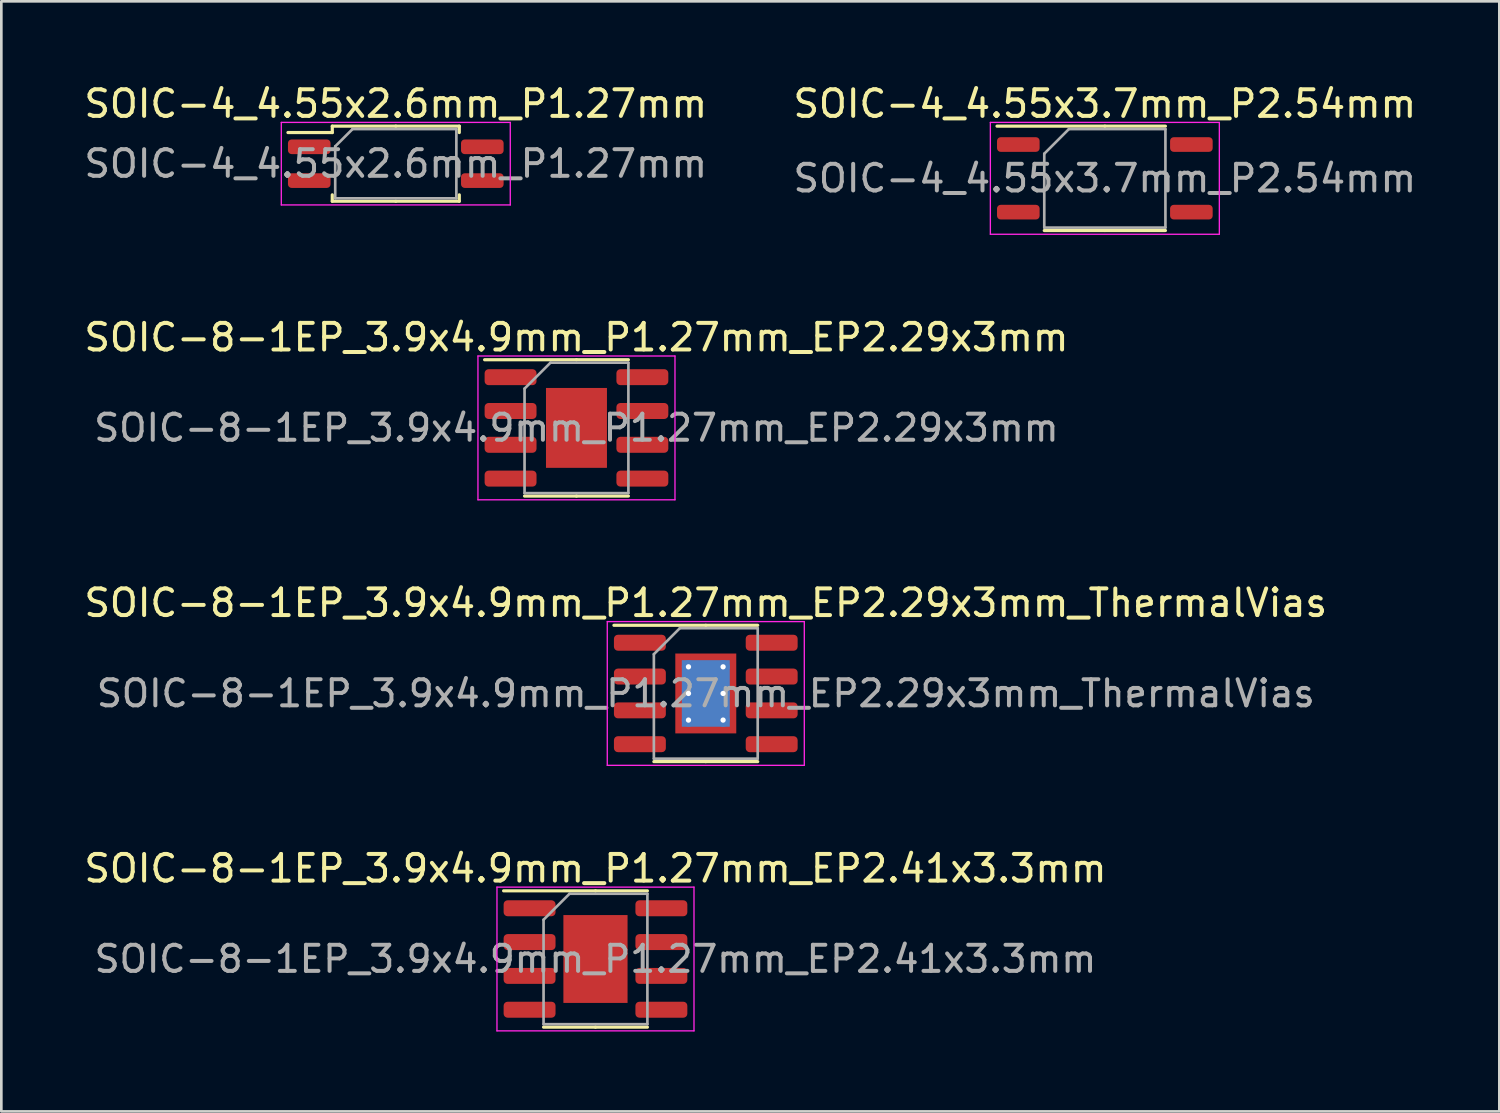
<source format=kicad_pcb>
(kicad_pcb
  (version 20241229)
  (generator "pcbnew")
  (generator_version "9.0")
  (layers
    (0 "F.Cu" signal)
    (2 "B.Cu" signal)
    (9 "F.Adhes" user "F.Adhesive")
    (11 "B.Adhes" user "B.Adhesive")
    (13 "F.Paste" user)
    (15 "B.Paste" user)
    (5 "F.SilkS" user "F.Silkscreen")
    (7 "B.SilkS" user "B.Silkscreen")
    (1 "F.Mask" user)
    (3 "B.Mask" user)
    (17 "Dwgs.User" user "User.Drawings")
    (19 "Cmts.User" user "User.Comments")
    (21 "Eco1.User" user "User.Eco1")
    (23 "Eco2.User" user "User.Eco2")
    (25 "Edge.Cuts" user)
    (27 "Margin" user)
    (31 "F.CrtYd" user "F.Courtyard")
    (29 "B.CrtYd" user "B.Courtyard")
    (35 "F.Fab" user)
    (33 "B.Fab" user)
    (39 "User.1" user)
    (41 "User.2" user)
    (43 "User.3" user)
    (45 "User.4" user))
  (footprint "SOIC-8-1EP_3.9x4.9mm_P1.27mm_EP2.41x3.3mm"
    (layer "F.Cu")
    (at 19.315 32.968)
    (property "Reference" "SOIC-8-1EP_3.9x4.9mm_P1.27mm_EP2.41x3.3mm" (at 0 -3.4 0) (layer "F.SilkS") (effects (font (size 1 1) (thickness 0.15))))
    (attr smd)
    (fp_line (start 0 -2.56) (end -3.45 -2.56) (stroke (width 0.12) (type solid)) (layer "F.SilkS"))
    (fp_line (start 0 -2.56) (end 1.95 -2.56) (stroke (width 0.12) (type solid)) (layer "F.SilkS"))
    (fp_line (start 0 2.56) (end -1.95 2.56) (stroke (width 0.12) (type solid)) (layer "F.SilkS"))
    (fp_line (start 0 2.56) (end 1.95 2.56) (stroke (width 0.12) (type solid)) (layer "F.SilkS"))
    (fp_line (start -3.7 -2.7) (end -3.7 2.7) (stroke (width 0.05) (type solid)) (layer "F.CrtYd"))
    (fp_line (start -3.7 2.7) (end 3.7 2.7) (stroke (width 0.05) (type solid)) (layer "F.CrtYd"))
    (fp_line (start 3.7 -2.7) (end -3.7 -2.7) (stroke (width 0.05) (type solid)) (layer "F.CrtYd"))
    (fp_line (start 3.7 2.7) (end 3.7 -2.7) (stroke (width 0.05) (type solid)) (layer "F.CrtYd"))
    (fp_line (start -1.95 -1.475) (end -0.975 -2.45) (stroke (width 0.1) (type solid)) (layer "F.Fab"))
    (fp_line (start -1.95 2.45) (end -1.95 -1.475) (stroke (width 0.1) (type solid)) (layer "F.Fab"))
    (fp_line (start -0.975 -2.45) (end 1.95 -2.45) (stroke (width 0.1) (type solid)) (layer "F.Fab"))
    (fp_line (start 1.95 -2.45) (end 1.95 2.45) (stroke (width 0.1) (type solid)) (layer "F.Fab"))
    (fp_line (start 1.95 2.45) (end -1.95 2.45) (stroke (width 0.1) (type solid)) (layer "F.Fab"))
    (fp_text user "${REFERENCE}" (at 0 0 0) (layer "F.Fab") (effects (font (size 0.98 0.98) (thickness 0.15))))
    (pad "" smd roundrect (at -0.6 -0.825) (size 0.97 1.33) (layers "F.Paste") (roundrect_rratio 0.25))
    (pad "" smd roundrect (at -0.6 0.825) (size 0.97 1.33) (layers "F.Paste") (roundrect_rratio 0.25))
    (pad "" smd roundrect (at 0.6 -0.825) (size 0.97 1.33) (layers "F.Paste") (roundrect_rratio 0.25))
    (pad "" smd roundrect (at 0.6 0.825) (size 0.97 1.33) (layers "F.Paste") (roundrect_rratio 0.25))
    (pad "1" smd roundrect (at -2.475 -1.905) (size 1.95 0.6) (layers "F.Cu" "F.Mask" "F.Paste") (roundrect_rratio 0.25))
    (pad "2" smd roundrect (at -2.475 -0.635) (size 1.95 0.6) (layers "F.Cu" "F.Mask" "F.Paste") (roundrect_rratio 0.25))
    (pad "3" smd roundrect (at -2.475 0.635) (size 1.95 0.6) (layers "F.Cu" "F.Mask" "F.Paste") (roundrect_rratio 0.25))
    (pad "4" smd roundrect (at -2.475 1.905) (size 1.95 0.6) (layers "F.Cu" "F.Mask" "F.Paste") (roundrect_rratio 0.25))
    (pad "5" smd roundrect (at 2.475 1.905) (size 1.95 0.6) (layers "F.Cu" "F.Mask" "F.Paste") (roundrect_rratio 0.25))
    (pad "6" smd roundrect (at 2.475 0.635) (size 1.95 0.6) (layers "F.Cu" "F.Mask" "F.Paste") (roundrect_rratio 0.25))
    (pad "7" smd roundrect (at 2.475 -0.635) (size 1.95 0.6) (layers "F.Cu" "F.Mask" "F.Paste") (roundrect_rratio 0.25))
    (pad "8" smd roundrect (at 2.475 -1.905) (size 1.95 0.6) (layers "F.Cu" "F.Mask" "F.Paste") (roundrect_rratio 0.25))
    (pad "9" smd rect (at 0 0) (size 2.41 3.3) (layers "F.Cu" "F.Mask")))
  (footprint "SOIC-8-1EP_3.9x4.9mm_P1.27mm_EP2.29x3mm_ThermalVias"
    (layer "F.Cu")
    (at 23.458 22.995)
    (property "Reference" "SOIC-8-1EP_3.9x4.9mm_P1.27mm_EP2.29x3mm_ThermalVias" (at 0 -3.4 0) (layer "F.SilkS") (effects (font (size 1 1) (thickness 0.15))))
    (attr smd)
    (fp_line (start 0 -2.56) (end -3.45 -2.56) (stroke (width 0.12) (type solid)) (layer "F.SilkS"))
    (fp_line (start 0 -2.56) (end 1.95 -2.56) (stroke (width 0.12) (type solid)) (layer "F.SilkS"))
    (fp_line (start 0 2.56) (end -1.95 2.56) (stroke (width 0.12) (type solid)) (layer "F.SilkS"))
    (fp_line (start 0 2.56) (end 1.95 2.56) (stroke (width 0.12) (type solid)) (layer "F.SilkS"))
    (fp_line (start -3.7 -2.7) (end -3.7 2.7) (stroke (width 0.05) (type solid)) (layer "F.CrtYd"))
    (fp_line (start -3.7 2.7) (end 3.7 2.7) (stroke (width 0.05) (type solid)) (layer "F.CrtYd"))
    (fp_line (start 3.7 -2.7) (end -3.7 -2.7) (stroke (width 0.05) (type solid)) (layer "F.CrtYd"))
    (fp_line (start 3.7 2.7) (end 3.7 -2.7) (stroke (width 0.05) (type solid)) (layer "F.CrtYd"))
    (fp_line (start -1.95 -1.475) (end -0.975 -2.45) (stroke (width 0.1) (type solid)) (layer "F.Fab"))
    (fp_line (start -1.95 2.45) (end -1.95 -1.475) (stroke (width 0.1) (type solid)) (layer "F.Fab"))
    (fp_line (start -0.975 -2.45) (end 1.95 -2.45) (stroke (width 0.1) (type solid)) (layer "F.Fab"))
    (fp_line (start 1.95 -2.45) (end 1.95 2.45) (stroke (width 0.1) (type solid)) (layer "F.Fab"))
    (fp_line (start 1.95 2.45) (end -1.95 2.45) (stroke (width 0.1) (type solid)) (layer "F.Fab"))
    (fp_text user "${REFERENCE}" (at 0 0 0) (layer "F.Fab") (effects (font (size 0.98 0.98) (thickness 0.15))))
    (pad "" smd roundrect (at -0.57 -0.75) (size 0.96 1.25) (layers "F.Paste") (roundrect_rratio 0.25))
    (pad "" smd roundrect (at -0.57 0.75) (size 0.96 1.25) (layers "F.Paste") (roundrect_rratio 0.25))
    (pad "" smd roundrect (at 0.57 -0.75) (size 0.96 1.25) (layers "F.Paste") (roundrect_rratio 0.25))
    (pad "" smd roundrect (at 0.57 0.75) (size 0.96 1.25) (layers "F.Paste") (roundrect_rratio 0.25))
    (pad "1" smd roundrect (at -2.475 -1.905) (size 1.95 0.6) (layers "F.Cu" "F.Mask" "F.Paste") (roundrect_rratio 0.25))
    (pad "2" smd roundrect (at -2.475 -0.635) (size 1.95 0.6) (layers "F.Cu" "F.Mask" "F.Paste") (roundrect_rratio 0.25))
    (pad "3" smd roundrect (at -2.475 0.635) (size 1.95 0.6) (layers "F.Cu" "F.Mask" "F.Paste") (roundrect_rratio 0.25))
    (pad "4" smd roundrect (at -2.475 1.905) (size 1.95 0.6) (layers "F.Cu" "F.Mask" "F.Paste") (roundrect_rratio 0.25))
    (pad "5" smd roundrect (at 2.475 1.905) (size 1.95 0.6) (layers "F.Cu" "F.Mask" "F.Paste") (roundrect_rratio 0.25))
    (pad "6" smd roundrect (at 2.475 0.635) (size 1.95 0.6) (layers "F.Cu" "F.Mask" "F.Paste") (roundrect_rratio 0.25))
    (pad "7" smd roundrect (at 2.475 -0.635) (size 1.95 0.6) (layers "F.Cu" "F.Mask" "F.Paste") (roundrect_rratio 0.25))
    (pad "8" smd roundrect (at 2.475 -1.905) (size 1.95 0.6) (layers "F.Cu" "F.Mask" "F.Paste") (roundrect_rratio 0.25))
    (pad "9" thru_hole circle (at -0.65 -1) (size 0.5 0.5) (drill 0.2) (layers "*.Cu"))
    (pad "9" thru_hole circle (at -0.65 0) (size 0.5 0.5) (drill 0.2) (layers "*.Cu"))
    (pad "9" thru_hole circle (at -0.65 1) (size 0.5 0.5) (drill 0.2) (layers "*.Cu"))
    (pad "9" smd rect (at 0 0) (size 1.8 2.5) (layers "B.Cu"))
    (pad "9" smd rect (at 0 0) (size 2.29 3) (layers "F.Cu" "F.Mask"))
    (pad "9" thru_hole circle (at 0.65 -1) (size 0.5 0.5) (drill 0.2) (layers "*.Cu"))
    (pad "9" thru_hole circle (at 0.65 0) (size 0.5 0.5) (drill 0.2) (layers "*.Cu"))
    (pad "9" thru_hole circle (at 0.65 1) (size 0.5 0.5) (drill 0.2) (layers "*.Cu")))
  (footprint "SOIC-8-1EP_3.9x4.9mm_P1.27mm_EP2.29x3mm"
    (layer "F.Cu")
    (at 18.601 13.021)
    (property "Reference" "SOIC-8-1EP_3.9x4.9mm_P1.27mm_EP2.29x3mm" (at 0 -3.4 0) (layer "F.SilkS") (effects (font (size 1 1) (thickness 0.15))))
    (attr smd)
    (fp_line (start 0 -2.56) (end -3.45 -2.56) (stroke (width 0.12) (type solid)) (layer "F.SilkS"))
    (fp_line (start 0 -2.56) (end 1.95 -2.56) (stroke (width 0.12) (type solid)) (layer "F.SilkS"))
    (fp_line (start 0 2.56) (end -1.95 2.56) (stroke (width 0.12) (type solid)) (layer "F.SilkS"))
    (fp_line (start 0 2.56) (end 1.95 2.56) (stroke (width 0.12) (type solid)) (layer "F.SilkS"))
    (fp_line (start -3.7 -2.7) (end -3.7 2.7) (stroke (width 0.05) (type solid)) (layer "F.CrtYd"))
    (fp_line (start -3.7 2.7) (end 3.7 2.7) (stroke (width 0.05) (type solid)) (layer "F.CrtYd"))
    (fp_line (start 3.7 -2.7) (end -3.7 -2.7) (stroke (width 0.05) (type solid)) (layer "F.CrtYd"))
    (fp_line (start 3.7 2.7) (end 3.7 -2.7) (stroke (width 0.05) (type solid)) (layer "F.CrtYd"))
    (fp_line (start -1.95 -1.475) (end -0.975 -2.45) (stroke (width 0.1) (type solid)) (layer "F.Fab"))
    (fp_line (start -1.95 2.45) (end -1.95 -1.475) (stroke (width 0.1) (type solid)) (layer "F.Fab"))
    (fp_line (start -0.975 -2.45) (end 1.95 -2.45) (stroke (width 0.1) (type solid)) (layer "F.Fab"))
    (fp_line (start 1.95 -2.45) (end 1.95 2.45) (stroke (width 0.1) (type solid)) (layer "F.Fab"))
    (fp_line (start 1.95 2.45) (end -1.95 2.45) (stroke (width 0.1) (type solid)) (layer "F.Fab"))
    (fp_text user "${REFERENCE}" (at 0 0 0) (layer "F.Fab") (effects (font (size 0.98 0.98) (thickness 0.15))))
    (pad "" smd roundrect (at -0.57 -0.75) (size 0.92 1.21) (layers "F.Paste") (roundrect_rratio 0.25))
    (pad "" smd roundrect (at -0.57 0.75) (size 0.92 1.21) (layers "F.Paste") (roundrect_rratio 0.25))
    (pad "" smd roundrect (at 0.57 -0.75) (size 0.92 1.21) (layers "F.Paste") (roundrect_rratio 0.25))
    (pad "" smd roundrect (at 0.57 0.75) (size 0.92 1.21) (layers "F.Paste") (roundrect_rratio 0.25))
    (pad "1" smd roundrect (at -2.475 -1.905) (size 1.95 0.6) (layers "F.Cu" "F.Mask" "F.Paste") (roundrect_rratio 0.25))
    (pad "2" smd roundrect (at -2.475 -0.635) (size 1.95 0.6) (layers "F.Cu" "F.Mask" "F.Paste") (roundrect_rratio 0.25))
    (pad "3" smd roundrect (at -2.475 0.635) (size 1.95 0.6) (layers "F.Cu" "F.Mask" "F.Paste") (roundrect_rratio 0.25))
    (pad "4" smd roundrect (at -2.475 1.905) (size 1.95 0.6) (layers "F.Cu" "F.Mask" "F.Paste") (roundrect_rratio 0.25))
    (pad "5" smd roundrect (at 2.475 1.905) (size 1.95 0.6) (layers "F.Cu" "F.Mask" "F.Paste") (roundrect_rratio 0.25))
    (pad "6" smd roundrect (at 2.475 0.635) (size 1.95 0.6) (layers "F.Cu" "F.Mask" "F.Paste") (roundrect_rratio 0.25))
    (pad "7" smd roundrect (at 2.475 -0.635) (size 1.95 0.6) (layers "F.Cu" "F.Mask" "F.Paste") (roundrect_rratio 0.25))
    (pad "8" smd roundrect (at 2.475 -1.905) (size 1.95 0.6) (layers "F.Cu" "F.Mask" "F.Paste") (roundrect_rratio 0.25))
    (pad "9" smd rect (at 0 0) (size 2.29 3) (layers "F.Cu" "F.Mask")))
  (footprint "SOIC-4_4.55x3.7mm_P2.54mm"
    (layer "F.Cu")
    (at 38.446 3.648)
    (property "Reference" "SOIC-4_4.55x3.7mm_P2.54mm" (at 0 -2.8 0) (layer "F.SilkS") (effects (font (size 1 1) (thickness 0.15))))
    (attr smd)
    (fp_line (start 0 -1.96) (end -4.05 -1.96) (stroke (width 0.12) (type solid)) (layer "F.SilkS"))
    (fp_line (start 0 -1.96) (end 2.275 -1.96) (stroke (width 0.12) (type solid)) (layer "F.SilkS"))
    (fp_line (start 0 1.96) (end -2.275 1.96) (stroke (width 0.12) (type solid)) (layer "F.SilkS"))
    (fp_line (start 0 1.96) (end 2.275 1.96) (stroke (width 0.12) (type solid)) (layer "F.SilkS"))
    (fp_line (start -4.3 -2.1) (end -4.3 2.1) (stroke (width 0.05) (type solid)) (layer "F.CrtYd"))
    (fp_line (start -4.3 2.1) (end 4.3 2.1) (stroke (width 0.05) (type solid)) (layer "F.CrtYd"))
    (fp_line (start 4.3 -2.1) (end -4.3 -2.1) (stroke (width 0.05) (type solid)) (layer "F.CrtYd"))
    (fp_line (start 4.3 2.1) (end 4.3 -2.1) (stroke (width 0.05) (type solid)) (layer "F.CrtYd"))
    (fp_line (start -2.275 -0.925) (end -1.35 -1.85) (stroke (width 0.1) (type solid)) (layer "F.Fab"))
    (fp_line (start -2.275 1.85) (end -2.275 -0.925) (stroke (width 0.1) (type solid)) (layer "F.Fab"))
    (fp_line (start -1.35 -1.85) (end 2.275 -1.85) (stroke (width 0.1) (type solid)) (layer "F.Fab"))
    (fp_line (start 2.275 -1.85) (end 2.275 1.85) (stroke (width 0.1) (type solid)) (layer "F.Fab"))
    (fp_line (start 2.275 1.85) (end -2.275 1.85) (stroke (width 0.1) (type solid)) (layer "F.Fab"))
    (fp_text user "${REFERENCE}" (at 0 0 0) (layer "F.Fab") (effects (font (size 1 1) (thickness 0.15))))
    (pad "1" smd roundrect (at -3.25 -1.27) (size 1.6 0.55) (layers "F.Cu" "F.Mask" "F.Paste") (roundrect_rratio 0.25))
    (pad "3" smd roundrect (at -3.25 1.27) (size 1.6 0.55) (layers "F.Cu" "F.Mask" "F.Paste") (roundrect_rratio 0.25))
    (pad "4" smd roundrect (at 3.25 1.27) (size 1.6 0.55) (layers "F.Cu" "F.Mask" "F.Paste") (roundrect_rratio 0.25))
    (pad "6" smd roundrect (at 3.25 -1.27) (size 1.6 0.55) (layers "F.Cu" "F.Mask" "F.Paste") (roundrect_rratio 0.25)))
  (footprint "SOIC-4_4.55x2.6mm_P1.27mm"
    (layer "F.Cu")
    (at 11.815 3.098)
    (property "Reference" "SOIC-4_4.55x2.6mm_P1.27mm" (at 0 -2.25 0) (layer "F.SilkS") (effects (font (size 1 1) (thickness 0.15))))
    (attr smd)
    (fp_line (start -2.385 -1.41) (end -2.385 -1.17) (stroke (width 0.12) (type solid)) (layer "F.SilkS"))
    (fp_line (start -2.385 -1.17) (end -4.05 -1.17) (stroke (width 0.12) (type solid)) (layer "F.SilkS"))
    (fp_line (start -2.385 1.41) (end -2.385 1.17) (stroke (width 0.12) (type solid)) (layer "F.SilkS"))
    (fp_line (start 0 -1.41) (end -2.385 -1.41) (stroke (width 0.12) (type solid)) (layer "F.SilkS"))
    (fp_line (start 0 -1.41) (end 2.385 -1.41) (stroke (width 0.12) (type solid)) (layer "F.SilkS"))
    (fp_line (start 0 1.41) (end -2.385 1.41) (stroke (width 0.12) (type solid)) (layer "F.SilkS"))
    (fp_line (start 0 1.41) (end 2.385 1.41) (stroke (width 0.12) (type solid)) (layer "F.SilkS"))
    (fp_line (start 2.385 -1.41) (end 2.385 -1.17) (stroke (width 0.12) (type solid)) (layer "F.SilkS"))
    (fp_line (start 2.385 1.41) (end 2.385 1.17) (stroke (width 0.12) (type solid)) (layer "F.SilkS"))
    (fp_line (start -4.3 -1.55) (end -4.3 1.55) (stroke (width 0.05) (type solid)) (layer "F.CrtYd"))
    (fp_line (start -4.3 1.55) (end 4.3 1.55) (stroke (width 0.05) (type solid)) (layer "F.CrtYd"))
    (fp_line (start 4.3 -1.55) (end -4.3 -1.55) (stroke (width 0.05) (type solid)) (layer "F.CrtYd"))
    (fp_line (start 4.3 1.55) (end 4.3 -1.55) (stroke (width 0.05) (type solid)) (layer "F.CrtYd"))
    (fp_line (start -2.275 -0.65) (end -1.625 -1.3) (stroke (width 0.1) (type solid)) (layer "F.Fab"))
    (fp_line (start -2.275 1.3) (end -2.275 -0.65) (stroke (width 0.1) (type solid)) (layer "F.Fab"))
    (fp_line (start -1.625 -1.3) (end 2.275 -1.3) (stroke (width 0.1) (type solid)) (layer "F.Fab"))
    (fp_line (start 2.275 -1.3) (end 2.275 1.3) (stroke (width 0.1) (type solid)) (layer "F.Fab"))
    (fp_line (start 2.275 1.3) (end -2.275 1.3) (stroke (width 0.1) (type solid)) (layer "F.Fab"))
    (fp_text user "${REFERENCE}" (at 0 0 0) (layer "F.Fab") (effects (font (size 1 1) (thickness 0.15))))
    (pad "1" smd roundrect (at -3.25 -0.635) (size 1.6 0.55) (layers "F.Cu" "F.Mask" "F.Paste") (roundrect_rratio 0.25))
    (pad "2" smd roundrect (at -3.25 0.635) (size 1.6 0.55) (layers "F.Cu" "F.Mask" "F.Paste") (roundrect_rratio 0.25))
    (pad "3" smd roundrect (at 3.25 0.635) (size 1.6 0.55) (layers "F.Cu" "F.Mask" "F.Paste") (roundrect_rratio 0.25))
    (pad "4" smd roundrect (at 3.25 -0.635) (size 1.6 0.55) (layers "F.Cu" "F.Mask" "F.Paste") (roundrect_rratio 0.25)))
  (gr_rect
    (start -3 -3)
    (end 53.262 38.693)
    (stroke (width 0.1) (type default))
    (fill no)
    (layer "Edge.Cuts")))
</source>
